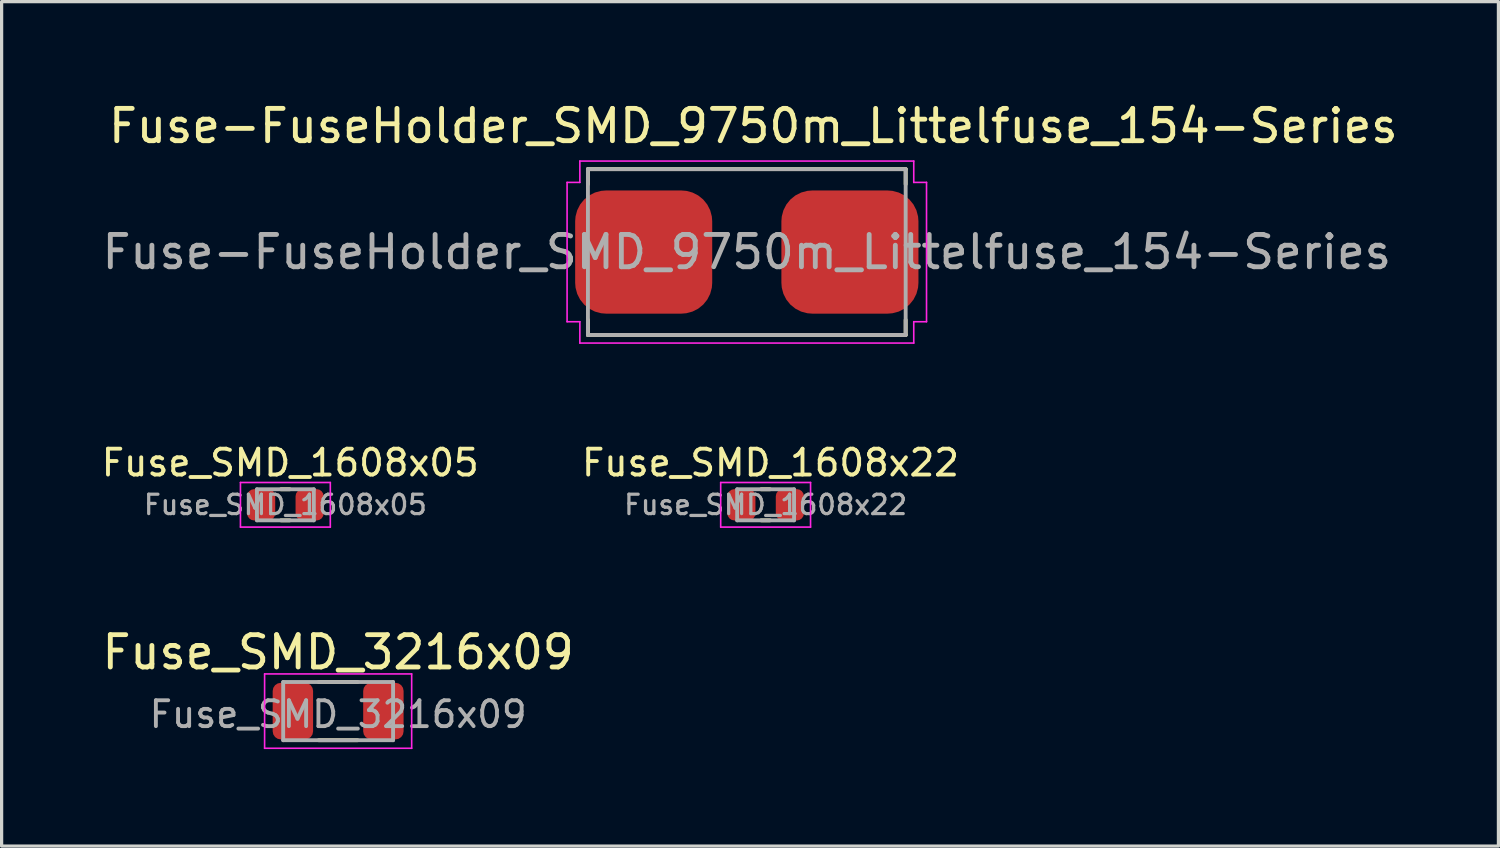
<source format=kicad_pcb>
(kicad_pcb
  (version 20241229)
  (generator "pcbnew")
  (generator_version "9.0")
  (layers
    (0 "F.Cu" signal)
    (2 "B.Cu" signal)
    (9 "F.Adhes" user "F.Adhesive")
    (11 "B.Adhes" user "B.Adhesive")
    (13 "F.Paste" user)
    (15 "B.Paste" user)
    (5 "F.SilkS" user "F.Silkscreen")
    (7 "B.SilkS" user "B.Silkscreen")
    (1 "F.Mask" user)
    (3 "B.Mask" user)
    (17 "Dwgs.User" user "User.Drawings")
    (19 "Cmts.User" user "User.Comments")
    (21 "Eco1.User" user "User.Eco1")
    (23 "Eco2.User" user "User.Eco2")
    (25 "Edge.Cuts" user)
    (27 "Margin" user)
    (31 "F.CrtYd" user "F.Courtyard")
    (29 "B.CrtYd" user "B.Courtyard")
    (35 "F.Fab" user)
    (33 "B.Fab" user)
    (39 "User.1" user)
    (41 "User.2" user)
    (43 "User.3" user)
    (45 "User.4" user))
  (footprint "Fuse_SMD_3216x09"
    (layer "F.Cu")
    (at 7.411 18.95)
    (property "Reference" "Fuse_SMD_3216x09" (at 0 -1.82 0) (unlocked yes) (layer "F.SilkS") (effects (font (size 1 1) (thickness 0.15))))
    (attr smd)
    (fp_line (start -0.6 -0.9) (end 0.6 -0.9) (stroke (width 0.12) (type solid)) (layer "F.SilkS"))
    (fp_line (start 0.6 0.9) (end -0.6 0.9) (stroke (width 0.12) (type solid)) (layer "F.SilkS"))
    (fp_line (start -2.275 -1.15) (end 2.275 -1.15) (stroke (width 0.05) (type solid)) (layer "F.CrtYd"))
    (fp_line (start -2.275 1.15) (end -2.275 -1.15) (stroke (width 0.05) (type solid)) (layer "F.CrtYd"))
    (fp_line (start 2.275 -1.15) (end 2.275 1.15) (stroke (width 0.05) (type solid)) (layer "F.CrtYd"))
    (fp_line (start 2.275 1.15) (end -2.275 1.15) (stroke (width 0.05) (type solid)) (layer "F.CrtYd"))
    (fp_line (start -1.7 -0.9) (end 1.7 -0.9) (stroke (width 0.12) (type solid)) (layer "F.Fab"))
    (fp_line (start -1.7 0.9) (end -1.7 -0.9) (stroke (width 0.12) (type solid)) (layer "F.Fab"))
    (fp_line (start 1.7 -0.9) (end 1.7 0.9) (stroke (width 0.12) (type solid)) (layer "F.Fab"))
    (fp_line (start 1.7 0.9) (end -1.7 0.9) (stroke (width 0.12) (type solid)) (layer "F.Fab"))
    (fp_text user "${REFERENCE}" (at 0 0.1 0) (layer "F.Fab") (effects (font (size 0.8 0.8) (thickness 0.12))))
    (pad "1" smd roundrect (at -1.4 0) (size 1.25 1.75) (layers "F.Cu" "F.Mask" "F.Paste") (roundrect_rratio 0.2))
    (pad "2" smd roundrect (at 1.4 0) (size 1.25 1.75) (layers "F.Cu" "F.Mask" "F.Paste") (roundrect_rratio 0.2)))
  (footprint "Fuse-FuseHolder_SMD_9750m_Littelfuse_154-Series"
    (layer "F.Cu")
    (at 20.054 4.748)
    (property "Reference" "Fuse-FuseHolder_SMD_9750m_Littelfuse_154-Series" (at 0.2 -3.9 0) (layer "F.SilkS") (effects (font (size 1 1) (thickness 0.15))))
    (attr smd)
    (fp_line (start -4.915 -2.565) (end -4.915 -2.1) (stroke (width 0.12) (type solid)) (layer "F.SilkS"))
    (fp_line (start -4.915 -2.565) (end 4.915 -2.565) (stroke (width 0.12) (type solid)) (layer "F.SilkS"))
    (fp_line (start -4.915 2.1) (end -4.915 2.565) (stroke (width 0.12) (type solid)) (layer "F.SilkS"))
    (fp_line (start 4.915 -2.565) (end 4.915 -2.1) (stroke (width 0.12) (type solid)) (layer "F.SilkS"))
    (fp_line (start 4.915 2.1) (end 4.915 2.565) (stroke (width 0.12) (type solid)) (layer "F.SilkS"))
    (fp_line (start 4.915 2.565) (end -4.915 2.565) (stroke (width 0.12) (type solid)) (layer "F.SilkS"))
    (fp_line (start -5.56 -2.155) (end -5.165 -2.155) (stroke (width 0.05) (type solid)) (layer "F.CrtYd"))
    (fp_line (start -5.56 2.155) (end -5.56 -2.155) (stroke (width 0.05) (type solid)) (layer "F.CrtYd"))
    (fp_line (start -5.56 2.155) (end -5.165 2.155) (stroke (width 0.05) (type solid)) (layer "F.CrtYd"))
    (fp_line (start -5.165 -2.815) (end -5.165 -2.155) (stroke (width 0.05) (type solid)) (layer "F.CrtYd"))
    (fp_line (start -5.165 -2.815) (end 5.165 -2.815) (stroke (width 0.05) (type solid)) (layer "F.CrtYd"))
    (fp_line (start -5.165 2.815) (end -5.165 2.155) (stroke (width 0.05) (type solid)) (layer "F.CrtYd"))
    (fp_line (start 5.165 -2.815) (end 5.165 -2.155) (stroke (width 0.05) (type solid)) (layer "F.CrtYd"))
    (fp_line (start 5.165 2.815) (end -5.165 2.815) (stroke (width 0.05) (type solid)) (layer "F.CrtYd"))
    (fp_line (start 5.165 2.815) (end 5.165 2.155) (stroke (width 0.05) (type solid)) (layer "F.CrtYd"))
    (fp_line (start 5.56 -2.155) (end 5.165 -2.155) (stroke (width 0.05) (type solid)) (layer "F.CrtYd"))
    (fp_line (start 5.56 -2.155) (end 5.56 2.155) (stroke (width 0.05) (type solid)) (layer "F.CrtYd"))
    (fp_line (start 5.56 2.155) (end 5.165 2.155) (stroke (width 0.05) (type solid)) (layer "F.CrtYd"))
    (fp_line (start -4.915 -2.565) (end 4.915 -2.565) (stroke (width 0.12) (type solid)) (layer "F.Fab"))
    (fp_line (start -4.915 2.565) (end -4.915 -2.565) (stroke (width 0.12) (type solid)) (layer "F.Fab"))
    (fp_line (start 4.915 -2.565) (end 4.915 2.565) (stroke (width 0.12) (type solid)) (layer "F.Fab"))
    (fp_line (start 4.915 2.565) (end -4.915 2.565) (stroke (width 0.12) (type solid)) (layer "F.Fab"))
    (fp_text user "${REFERENCE}" (at 0 0 0) (layer "F.Fab") (effects (font (size 1 1) (thickness 0.15))))
    (pad "1" smd roundrect (at -3.19 0) (size 4.24 3.81) (layers "F.Cu" "F.Mask" "F.Paste") (roundrect_rratio 0.25))
    (pad "2" smd roundrect (at 3.19 0) (size 4.24 3.81) (layers "F.Cu" "F.Mask" "F.Paste") (roundrect_rratio 0.25)))
  (footprint "Fuse_SMD_1608x05"
    (layer "F.Cu")
    (at 5.779 12.567)
    (property "Reference" "Fuse_SMD_1608x05" (at 0.15 -1.3 0) (unlocked yes) (layer "F.SilkS") (effects (font (size 0.8 0.8) (thickness 0.12))))
    (attr smd)
    (fp_line (start -0.135 -0.48) (end 0.135 -0.48) (stroke (width 0.12) (type solid)) (layer "F.SilkS"))
    (fp_line (start -0.135 0.48) (end 0.135 0.48) (stroke (width 0.12) (type solid)) (layer "F.SilkS"))
    (fp_line (start -1.39 -0.69) (end 1.39 -0.69) (stroke (width 0.05) (type solid)) (layer "F.CrtYd"))
    (fp_line (start -1.39 0.69) (end -1.39 -0.69) (stroke (width 0.05) (type solid)) (layer "F.CrtYd"))
    (fp_line (start 1.39 -0.69) (end 1.39 0.69) (stroke (width 0.05) (type solid)) (layer "F.CrtYd"))
    (fp_line (start 1.39 0.69) (end -1.39 0.69) (stroke (width 0.05) (type solid)) (layer "F.CrtYd"))
    (fp_line (start -0.88 -0.48) (end 0.88 -0.48) (stroke (width 0.12) (type solid)) (layer "F.Fab"))
    (fp_line (start -0.88 0.48) (end -0.88 -0.48) (stroke (width 0.12) (type solid)) (layer "F.Fab"))
    (fp_line (start 0.88 -0.48) (end 0.88 0.48) (stroke (width 0.12) (type solid)) (layer "F.Fab"))
    (fp_line (start 0.88 0.48) (end -0.88 0.48) (stroke (width 0.12) (type solid)) (layer "F.Fab"))
    (fp_text user "${REFERENCE}" (at 0 0 0) (layer "F.Fab") (effects (font (size 0.6 0.6) (thickness 0.1))))
    (pad "1" smd roundrect (at -0.75 0) (size 0.87 0.97) (layers "F.Cu" "F.Mask" "F.Paste") (roundrect_rratio 0.253))
    (pad "2" smd roundrect (at 0.75 0) (size 0.87 0.97) (layers "F.Cu" "F.Mask" "F.Paste") (roundrect_rratio 0.253)))
  (footprint "Fuse_SMD_1608x22"
    (layer "F.Cu")
    (at 20.636 12.567)
    (property "Reference" "Fuse_SMD_1608x22" (at 0.15 -1.3 0) (unlocked yes) (layer "F.SilkS") (effects (font (size 0.8 0.8) (thickness 0.12))))
    (attr smd)
    (fp_line (start -0.135 -0.48) (end 0.135 -0.48) (stroke (width 0.12) (type solid)) (layer "F.SilkS"))
    (fp_line (start -0.135 0.48) (end 0.135 0.48) (stroke (width 0.12) (type solid)) (layer "F.SilkS"))
    (fp_line (start -1.39 -0.69) (end 1.39 -0.69) (stroke (width 0.05) (type solid)) (layer "F.CrtYd"))
    (fp_line (start -1.39 0.69) (end -1.39 -0.69) (stroke (width 0.05) (type solid)) (layer "F.CrtYd"))
    (fp_line (start 1.39 -0.69) (end 1.39 0.69) (stroke (width 0.05) (type solid)) (layer "F.CrtYd"))
    (fp_line (start 1.39 0.69) (end -1.39 0.69) (stroke (width 0.05) (type solid)) (layer "F.CrtYd"))
    (fp_line (start -0.88 -0.48) (end 0.88 -0.48) (stroke (width 0.12) (type solid)) (layer "F.Fab"))
    (fp_line (start -0.88 0.48) (end -0.88 -0.48) (stroke (width 0.12) (type solid)) (layer "F.Fab"))
    (fp_line (start 0.88 -0.48) (end 0.88 0.48) (stroke (width 0.12) (type solid)) (layer "F.Fab"))
    (fp_line (start 0.88 0.48) (end -0.88 0.48) (stroke (width 0.12) (type solid)) (layer "F.Fab"))
    (fp_text user "${REFERENCE}" (at 0 0 0) (layer "F.Fab") (effects (font (size 0.6 0.6) (thickness 0.1))))
    (pad "1" smd roundrect (at -0.75 0) (size 0.87 0.97) (layers "F.Cu" "F.Mask" "F.Paste") (roundrect_rratio 0.253))
    (pad "2" smd roundrect (at 0.75 0) (size 0.87 0.97) (layers "F.Cu" "F.Mask" "F.Paste") (roundrect_rratio 0.253)))
  (gr_rect
    (start -3 -3)
    (end 43.307 23.125)
    (stroke (width 0.1) (type default))
    (fill no)
    (layer "Edge.Cuts")))
</source>
